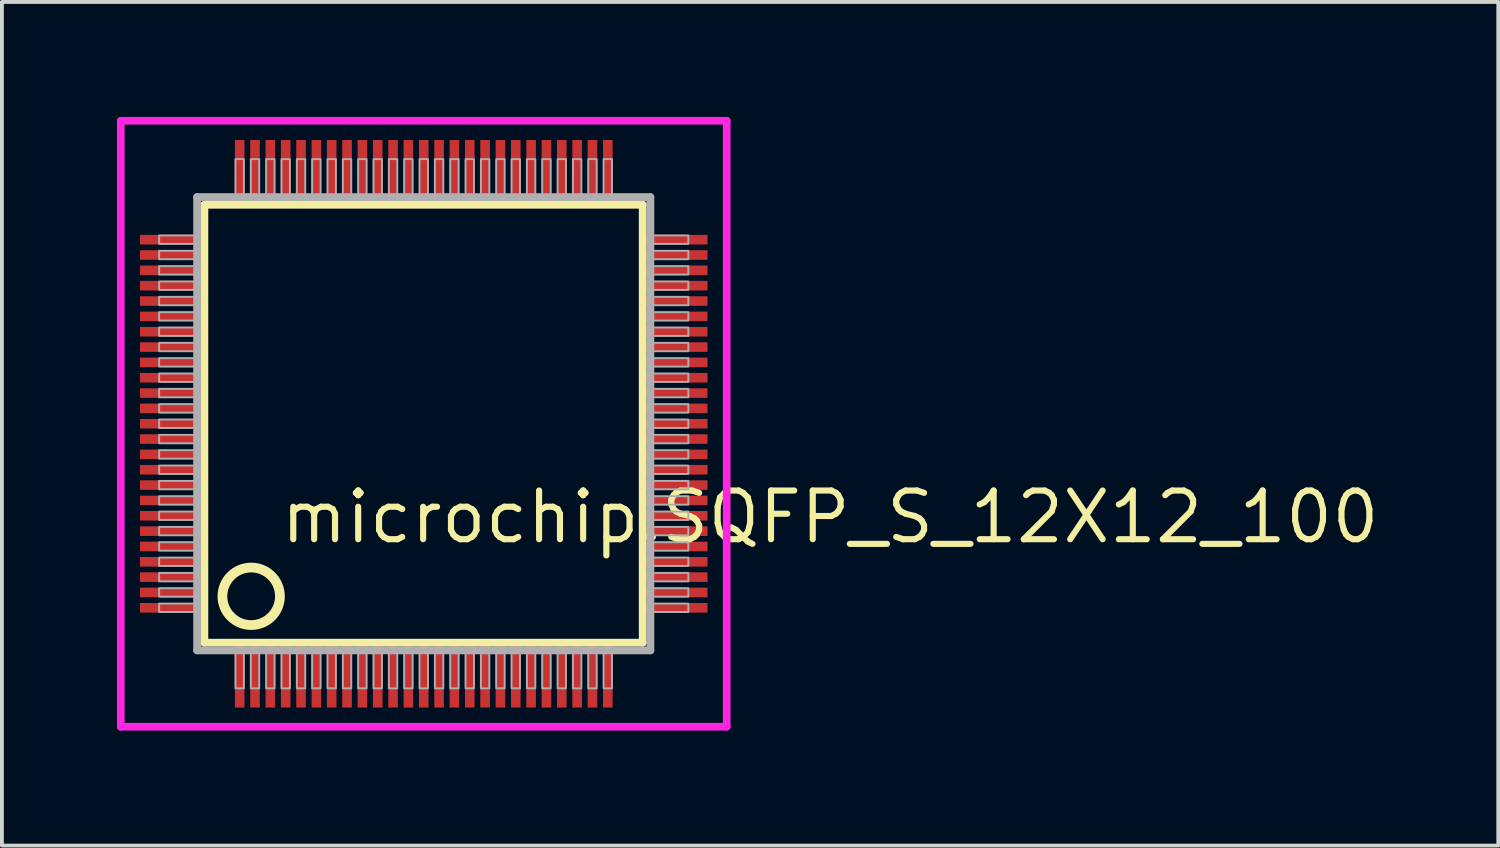
<source format=kicad_pcb>
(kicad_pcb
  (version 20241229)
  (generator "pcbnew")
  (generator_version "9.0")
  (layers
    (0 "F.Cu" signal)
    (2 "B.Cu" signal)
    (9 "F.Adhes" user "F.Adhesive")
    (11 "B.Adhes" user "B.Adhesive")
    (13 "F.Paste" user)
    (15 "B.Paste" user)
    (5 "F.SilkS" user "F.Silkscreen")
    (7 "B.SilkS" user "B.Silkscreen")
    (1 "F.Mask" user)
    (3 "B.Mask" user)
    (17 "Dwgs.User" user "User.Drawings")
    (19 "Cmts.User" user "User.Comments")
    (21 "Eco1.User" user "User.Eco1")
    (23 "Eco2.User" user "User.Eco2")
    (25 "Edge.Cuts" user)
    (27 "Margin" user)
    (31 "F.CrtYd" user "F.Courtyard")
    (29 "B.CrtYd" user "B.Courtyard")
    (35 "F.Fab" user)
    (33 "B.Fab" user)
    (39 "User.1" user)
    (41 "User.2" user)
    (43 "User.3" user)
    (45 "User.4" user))
  (footprint "microchip.SQFP_S_12X12_100"
    (layer "F.Cu")
    (at 8 8)
    (property "Reference" "microchip.SQFP_S_12X12_100" (at -3.81 3.175 0) (layer "F.SilkS") (effects (font (size 1.27 1.27) (thickness 0.16)) (justify left bottom)))
    (attr smd)
    (fp_line (start -5.72 -5.71) (end 5.71 -5.71) (stroke (width 0.203) (type default)) (layer "F.SilkS"))
    (fp_line (start -5.72 5.71) (end -5.72 -5.71) (stroke (width 0.203) (type default)) (layer "F.SilkS"))
    (fp_line (start 5.71 -5.71) (end 5.71 5.71) (stroke (width 0.203) (type default)) (layer "F.SilkS"))
    (fp_line (start 5.71 5.71) (end -5.72 5.71) (stroke (width 0.203) (type default)) (layer "F.SilkS"))
    (fp_circle (center -4.5 4.5) (end -3.75 4.5) (stroke (width 0.254) (type default)) (fill no) (layer "F.SilkS"))
    (fp_line (start -7.9 -7.9) (end 7.9 -7.9) (stroke (width 0.2) (type default)) (layer "F.CrtYd"))
    (fp_line (start -7.9 7.9) (end -7.9 -7.9) (stroke (width 0.2) (type default)) (layer "F.CrtYd"))
    (fp_line (start 7.9 -7.9) (end 7.9 7.9) (stroke (width 0.2) (type default)) (layer "F.CrtYd"))
    (fp_line (start 7.9 7.9) (end -7.9 7.9) (stroke (width 0.2) (type default)) (layer "F.CrtYd"))
    (fp_line (start -5.91 -5.91) (end -5.91 5.91) (stroke (width 0.203) (type default)) (layer "F.Fab"))
    (fp_line (start -5.91 5.91) (end 5.91 5.91) (stroke (width 0.203) (type default)) (layer "F.Fab"))
    (fp_line (start 5.91 -5.91) (end -5.91 -5.91) (stroke (width 0.203) (type default)) (layer "F.Fab"))
    (fp_line (start 5.91 5.91) (end 5.91 -5.91) (stroke (width 0.203) (type default)) (layer "F.Fab"))
    (fp_rect (start -6.9 -4.69) (end -5.95 -4.91) (stroke (width 0.05) (type default)) (fill no) (layer "F.Fab"))
    (fp_rect (start -6.9 -4.29) (end -5.95 -4.51) (stroke (width 0.05) (type default)) (fill no) (layer "F.Fab"))
    (fp_rect (start -6.9 -3.89) (end -5.95 -4.11) (stroke (width 0.05) (type default)) (fill no) (layer "F.Fab"))
    (fp_rect (start -6.9 -3.49) (end -5.95 -3.71) (stroke (width 0.05) (type default)) (fill no) (layer "F.Fab"))
    (fp_rect (start -6.9 -3.09) (end -5.95 -3.31) (stroke (width 0.05) (type default)) (fill no) (layer "F.Fab"))
    (fp_rect (start -6.9 -2.69) (end -5.95 -2.91) (stroke (width 0.05) (type default)) (fill no) (layer "F.Fab"))
    (fp_rect (start -6.9 -2.29) (end -5.95 -2.51) (stroke (width 0.05) (type default)) (fill no) (layer "F.Fab"))
    (fp_rect (start -6.9 -1.89) (end -5.95 -2.11) (stroke (width 0.05) (type default)) (fill no) (layer "F.Fab"))
    (fp_rect (start -6.9 -1.49) (end -5.95 -1.71) (stroke (width 0.05) (type default)) (fill no) (layer "F.Fab"))
    (fp_rect (start -6.9 -1.09) (end -5.95 -1.31) (stroke (width 0.05) (type default)) (fill no) (layer "F.Fab"))
    (fp_rect (start -6.9 -0.69) (end -5.95 -0.91) (stroke (width 0.05) (type default)) (fill no) (layer "F.Fab"))
    (fp_rect (start -6.9 -0.29) (end -5.95 -0.51) (stroke (width 0.05) (type default)) (fill no) (layer "F.Fab"))
    (fp_rect (start -6.9 0.11) (end -5.95 -0.11) (stroke (width 0.05) (type default)) (fill no) (layer "F.Fab"))
    (fp_rect (start -6.9 0.51) (end -5.95 0.29) (stroke (width 0.05) (type default)) (fill no) (layer "F.Fab"))
    (fp_rect (start -6.9 0.91) (end -5.95 0.69) (stroke (width 0.05) (type default)) (fill no) (layer "F.Fab"))
    (fp_rect (start -6.9 1.31) (end -5.95 1.09) (stroke (width 0.05) (type default)) (fill no) (layer "F.Fab"))
    (fp_rect (start -6.9 1.71) (end -5.95 1.49) (stroke (width 0.05) (type default)) (fill no) (layer "F.Fab"))
    (fp_rect (start -6.9 2.11) (end -5.95 1.89) (stroke (width 0.05) (type default)) (fill no) (layer "F.Fab"))
    (fp_rect (start -6.9 2.51) (end -5.95 2.29) (stroke (width 0.05) (type default)) (fill no) (layer "F.Fab"))
    (fp_rect (start -6.9 2.91) (end -5.95 2.69) (stroke (width 0.05) (type default)) (fill no) (layer "F.Fab"))
    (fp_rect (start -6.9 3.31) (end -5.95 3.09) (stroke (width 0.05) (type default)) (fill no) (layer "F.Fab"))
    (fp_rect (start -6.9 3.71) (end -5.95 3.49) (stroke (width 0.05) (type default)) (fill no) (layer "F.Fab"))
    (fp_rect (start -6.9 4.11) (end -5.95 3.89) (stroke (width 0.05) (type default)) (fill no) (layer "F.Fab"))
    (fp_rect (start -6.9 4.51) (end -5.95 4.29) (stroke (width 0.05) (type default)) (fill no) (layer "F.Fab"))
    (fp_rect (start -6.9 4.91) (end -5.95 4.69) (stroke (width 0.05) (type default)) (fill no) (layer "F.Fab"))
    (fp_rect (start -4.91 -5.95) (end -4.69 -6.9) (stroke (width 0.05) (type default)) (fill no) (layer "F.Fab"))
    (fp_rect (start -4.91 6.9) (end -4.69 5.95) (stroke (width 0.05) (type default)) (fill no) (layer "F.Fab"))
    (fp_rect (start -4.51 -5.95) (end -4.29 -6.9) (stroke (width 0.05) (type default)) (fill no) (layer "F.Fab"))
    (fp_rect (start -4.51 6.9) (end -4.29 5.95) (stroke (width 0.05) (type default)) (fill no) (layer "F.Fab"))
    (fp_rect (start -4.11 -5.95) (end -3.89 -6.9) (stroke (width 0.05) (type default)) (fill no) (layer "F.Fab"))
    (fp_rect (start -4.11 6.9) (end -3.89 5.95) (stroke (width 0.05) (type default)) (fill no) (layer "F.Fab"))
    (fp_rect (start -3.71 -5.95) (end -3.49 -6.9) (stroke (width 0.05) (type default)) (fill no) (layer "F.Fab"))
    (fp_rect (start -3.71 6.9) (end -3.49 5.95) (stroke (width 0.05) (type default)) (fill no) (layer "F.Fab"))
    (fp_rect (start -3.31 -5.95) (end -3.09 -6.9) (stroke (width 0.05) (type default)) (fill no) (layer "F.Fab"))
    (fp_rect (start -3.31 6.9) (end -3.09 5.95) (stroke (width 0.05) (type default)) (fill no) (layer "F.Fab"))
    (fp_rect (start -2.91 -5.95) (end -2.69 -6.9) (stroke (width 0.05) (type default)) (fill no) (layer "F.Fab"))
    (fp_rect (start -2.91 6.9) (end -2.69 5.95) (stroke (width 0.05) (type default)) (fill no) (layer "F.Fab"))
    (fp_rect (start -2.51 -5.95) (end -2.29 -6.9) (stroke (width 0.05) (type default)) (fill no) (layer "F.Fab"))
    (fp_rect (start -2.51 6.9) (end -2.29 5.95) (stroke (width 0.05) (type default)) (fill no) (layer "F.Fab"))
    (fp_rect (start -2.11 -5.95) (end -1.89 -6.9) (stroke (width 0.05) (type default)) (fill no) (layer "F.Fab"))
    (fp_rect (start -2.11 6.9) (end -1.89 5.95) (stroke (width 0.05) (type default)) (fill no) (layer "F.Fab"))
    (fp_rect (start -1.71 -5.95) (end -1.49 -6.9) (stroke (width 0.05) (type default)) (fill no) (layer "F.Fab"))
    (fp_rect (start -1.71 6.9) (end -1.49 5.95) (stroke (width 0.05) (type default)) (fill no) (layer "F.Fab"))
    (fp_rect (start -1.31 -5.95) (end -1.09 -6.9) (stroke (width 0.05) (type default)) (fill no) (layer "F.Fab"))
    (fp_rect (start -1.31 6.9) (end -1.09 5.95) (stroke (width 0.05) (type default)) (fill no) (layer "F.Fab"))
    (fp_rect (start -0.91 -5.95) (end -0.69 -6.9) (stroke (width 0.05) (type default)) (fill no) (layer "F.Fab"))
    (fp_rect (start -0.91 6.9) (end -0.69 5.95) (stroke (width 0.05) (type default)) (fill no) (layer "F.Fab"))
    (fp_rect (start -0.51 -5.95) (end -0.29 -6.9) (stroke (width 0.05) (type default)) (fill no) (layer "F.Fab"))
    (fp_rect (start -0.51 6.9) (end -0.29 5.95) (stroke (width 0.05) (type default)) (fill no) (layer "F.Fab"))
    (fp_rect (start -0.11 -5.95) (end 0.11 -6.9) (stroke (width 0.05) (type default)) (fill no) (layer "F.Fab"))
    (fp_rect (start -0.11 6.9) (end 0.11 5.95) (stroke (width 0.05) (type default)) (fill no) (layer "F.Fab"))
    (fp_rect (start 0.29 -5.95) (end 0.51 -6.9) (stroke (width 0.05) (type default)) (fill no) (layer "F.Fab"))
    (fp_rect (start 0.29 6.9) (end 0.51 5.95) (stroke (width 0.05) (type default)) (fill no) (layer "F.Fab"))
    (fp_rect (start 0.69 -5.95) (end 0.91 -6.9) (stroke (width 0.05) (type default)) (fill no) (layer "F.Fab"))
    (fp_rect (start 0.69 6.9) (end 0.91 5.95) (stroke (width 0.05) (type default)) (fill no) (layer "F.Fab"))
    (fp_rect (start 1.09 -5.95) (end 1.31 -6.9) (stroke (width 0.05) (type default)) (fill no) (layer "F.Fab"))
    (fp_rect (start 1.09 6.9) (end 1.31 5.95) (stroke (width 0.05) (type default)) (fill no) (layer "F.Fab"))
    (fp_rect (start 1.49 -5.95) (end 1.71 -6.9) (stroke (width 0.05) (type default)) (fill no) (layer "F.Fab"))
    (fp_rect (start 1.49 6.9) (end 1.71 5.95) (stroke (width 0.05) (type default)) (fill no) (layer "F.Fab"))
    (fp_rect (start 1.89 -5.95) (end 2.11 -6.9) (stroke (width 0.05) (type default)) (fill no) (layer "F.Fab"))
    (fp_rect (start 1.89 6.9) (end 2.11 5.95) (stroke (width 0.05) (type default)) (fill no) (layer "F.Fab"))
    (fp_rect (start 2.29 -5.95) (end 2.51 -6.9) (stroke (width 0.05) (type default)) (fill no) (layer "F.Fab"))
    (fp_rect (start 2.29 6.9) (end 2.51 5.95) (stroke (width 0.05) (type default)) (fill no) (layer "F.Fab"))
    (fp_rect (start 2.69 -5.95) (end 2.91 -6.9) (stroke (width 0.05) (type default)) (fill no) (layer "F.Fab"))
    (fp_rect (start 2.69 6.9) (end 2.91 5.95) (stroke (width 0.05) (type default)) (fill no) (layer "F.Fab"))
    (fp_rect (start 3.09 -5.95) (end 3.31 -6.9) (stroke (width 0.05) (type default)) (fill no) (layer "F.Fab"))
    (fp_rect (start 3.09 6.9) (end 3.31 5.95) (stroke (width 0.05) (type default)) (fill no) (layer "F.Fab"))
    (fp_rect (start 3.49 -5.95) (end 3.71 -6.9) (stroke (width 0.05) (type default)) (fill no) (layer "F.Fab"))
    (fp_rect (start 3.49 6.9) (end 3.71 5.95) (stroke (width 0.05) (type default)) (fill no) (layer "F.Fab"))
    (fp_rect (start 3.89 -5.95) (end 4.11 -6.9) (stroke (width 0.05) (type default)) (fill no) (layer "F.Fab"))
    (fp_rect (start 3.89 6.9) (end 4.11 5.95) (stroke (width 0.05) (type default)) (fill no) (layer "F.Fab"))
    (fp_rect (start 4.29 -5.95) (end 4.51 -6.9) (stroke (width 0.05) (type default)) (fill no) (layer "F.Fab"))
    (fp_rect (start 4.29 6.9) (end 4.51 5.95) (stroke (width 0.05) (type default)) (fill no) (layer "F.Fab"))
    (fp_rect (start 4.69 -5.95) (end 4.91 -6.9) (stroke (width 0.05) (type default)) (fill no) (layer "F.Fab"))
    (fp_rect (start 4.69 6.9) (end 4.91 5.95) (stroke (width 0.05) (type default)) (fill no) (layer "F.Fab"))
    (fp_rect (start 5.95 -4.69) (end 6.9 -4.91) (stroke (width 0.05) (type default)) (fill no) (layer "F.Fab"))
    (fp_rect (start 5.95 -4.29) (end 6.9 -4.51) (stroke (width 0.05) (type default)) (fill no) (layer "F.Fab"))
    (fp_rect (start 5.95 -3.89) (end 6.9 -4.11) (stroke (width 0.05) (type default)) (fill no) (layer "F.Fab"))
    (fp_rect (start 5.95 -3.49) (end 6.9 -3.71) (stroke (width 0.05) (type default)) (fill no) (layer "F.Fab"))
    (fp_rect (start 5.95 -3.09) (end 6.9 -3.31) (stroke (width 0.05) (type default)) (fill no) (layer "F.Fab"))
    (fp_rect (start 5.95 -2.69) (end 6.9 -2.91) (stroke (width 0.05) (type default)) (fill no) (layer "F.Fab"))
    (fp_rect (start 5.95 -2.29) (end 6.9 -2.51) (stroke (width 0.05) (type default)) (fill no) (layer "F.Fab"))
    (fp_rect (start 5.95 -1.89) (end 6.9 -2.11) (stroke (width 0.05) (type default)) (fill no) (layer "F.Fab"))
    (fp_rect (start 5.95 -1.49) (end 6.9 -1.71) (stroke (width 0.05) (type default)) (fill no) (layer "F.Fab"))
    (fp_rect (start 5.95 -1.09) (end 6.9 -1.31) (stroke (width 0.05) (type default)) (fill no) (layer "F.Fab"))
    (fp_rect (start 5.95 -0.69) (end 6.9 -0.91) (stroke (width 0.05) (type default)) (fill no) (layer "F.Fab"))
    (fp_rect (start 5.95 -0.29) (end 6.9 -0.51) (stroke (width 0.05) (type default)) (fill no) (layer "F.Fab"))
    (fp_rect (start 5.95 0.11) (end 6.9 -0.11) (stroke (width 0.05) (type default)) (fill no) (layer "F.Fab"))
    (fp_rect (start 5.95 0.51) (end 6.9 0.29) (stroke (width 0.05) (type default)) (fill no) (layer "F.Fab"))
    (fp_rect (start 5.95 0.91) (end 6.9 0.69) (stroke (width 0.05) (type default)) (fill no) (layer "F.Fab"))
    (fp_rect (start 5.95 1.31) (end 6.9 1.09) (stroke (width 0.05) (type default)) (fill no) (layer "F.Fab"))
    (fp_rect (start 5.95 1.71) (end 6.9 1.49) (stroke (width 0.05) (type default)) (fill no) (layer "F.Fab"))
    (fp_rect (start 5.95 2.11) (end 6.9 1.89) (stroke (width 0.05) (type default)) (fill no) (layer "F.Fab"))
    (fp_rect (start 5.95 2.51) (end 6.9 2.29) (stroke (width 0.05) (type default)) (fill no) (layer "F.Fab"))
    (fp_rect (start 5.95 2.91) (end 6.9 2.69) (stroke (width 0.05) (type default)) (fill no) (layer "F.Fab"))
    (fp_rect (start 5.95 3.31) (end 6.9 3.09) (stroke (width 0.05) (type default)) (fill no) (layer "F.Fab"))
    (fp_rect (start 5.95 3.71) (end 6.9 3.49) (stroke (width 0.05) (type default)) (fill no) (layer "F.Fab"))
    (fp_rect (start 5.95 4.11) (end 6.9 3.89) (stroke (width 0.05) (type default)) (fill no) (layer "F.Fab"))
    (fp_rect (start 5.95 4.51) (end 6.9 4.29) (stroke (width 0.05) (type default)) (fill no) (layer "F.Fab"))
    (fp_rect (start 5.95 4.91) (end 6.9 4.69) (stroke (width 0.05) (type default)) (fill no) (layer "F.Fab"))
    (pad "1" smd roundrect (at -4.8 6.6) (size 0.25 1.6) (layers "F.Cu" "F.Mask" "F.Paste") (roundrect_rratio 0.01))
    (pad "2" smd roundrect (at -4.4 6.6) (size 0.25 1.6) (layers "F.Cu" "F.Mask" "F.Paste") (roundrect_rratio 0.01))
    (pad "3" smd roundrect (at -4 6.6) (size 0.25 1.6) (layers "F.Cu" "F.Mask" "F.Paste") (roundrect_rratio 0.01))
    (pad "4" smd roundrect (at -3.6 6.6) (size 0.25 1.6) (layers "F.Cu" "F.Mask" "F.Paste") (roundrect_rratio 0.01))
    (pad "5" smd roundrect (at -3.2 6.6) (size 0.25 1.6) (layers "F.Cu" "F.Mask" "F.Paste") (roundrect_rratio 0.01))
    (pad "6" smd roundrect (at -2.8 6.6) (size 0.25 1.6) (layers "F.Cu" "F.Mask" "F.Paste") (roundrect_rratio 0.01))
    (pad "7" smd roundrect (at -2.4 6.6) (size 0.25 1.6) (layers "F.Cu" "F.Mask" "F.Paste") (roundrect_rratio 0.01))
    (pad "8" smd roundrect (at -2 6.6) (size 0.25 1.6) (layers "F.Cu" "F.Mask" "F.Paste") (roundrect_rratio 0.01))
    (pad "9" smd roundrect (at -1.6 6.6) (size 0.25 1.6) (layers "F.Cu" "F.Mask" "F.Paste") (roundrect_rratio 0.01))
    (pad "10" smd roundrect (at -1.2 6.6) (size 0.25 1.6) (layers "F.Cu" "F.Mask" "F.Paste") (roundrect_rratio 0.01))
    (pad "11" smd roundrect (at -0.8 6.6) (size 0.25 1.6) (layers "F.Cu" "F.Mask" "F.Paste") (roundrect_rratio 0.01))
    (pad "12" smd roundrect (at -0.4 6.6) (size 0.25 1.6) (layers "F.Cu" "F.Mask" "F.Paste") (roundrect_rratio 0.01))
    (pad "13" smd roundrect (at 0 6.6) (size 0.25 1.6) (layers "F.Cu" "F.Mask" "F.Paste") (roundrect_rratio 0.01))
    (pad "14" smd roundrect (at 0.4 6.6) (size 0.25 1.6) (layers "F.Cu" "F.Mask" "F.Paste") (roundrect_rratio 0.01))
    (pad "15" smd roundrect (at 0.8 6.6) (size 0.25 1.6) (layers "F.Cu" "F.Mask" "F.Paste") (roundrect_rratio 0.01))
    (pad "16" smd roundrect (at 1.2 6.6) (size 0.25 1.6) (layers "F.Cu" "F.Mask" "F.Paste") (roundrect_rratio 0.01))
    (pad "17" smd roundrect (at 1.6 6.6) (size 0.25 1.6) (layers "F.Cu" "F.Mask" "F.Paste") (roundrect_rratio 0.01))
    (pad "18" smd roundrect (at 2 6.6) (size 0.25 1.6) (layers "F.Cu" "F.Mask" "F.Paste") (roundrect_rratio 0.01))
    (pad "19" smd roundrect (at 2.4 6.6) (size 0.25 1.6) (layers "F.Cu" "F.Mask" "F.Paste") (roundrect_rratio 0.01))
    (pad "20" smd roundrect (at 2.8 6.6) (size 0.25 1.6) (layers "F.Cu" "F.Mask" "F.Paste") (roundrect_rratio 0.01))
    (pad "21" smd roundrect (at 3.2 6.6) (size 0.25 1.6) (layers "F.Cu" "F.Mask" "F.Paste") (roundrect_rratio 0.01))
    (pad "22" smd roundrect (at 3.6 6.6) (size 0.25 1.6) (layers "F.Cu" "F.Mask" "F.Paste") (roundrect_rratio 0.01))
    (pad "23" smd roundrect (at 4 6.6) (size 0.25 1.6) (layers "F.Cu" "F.Mask" "F.Paste") (roundrect_rratio 0.01))
    (pad "24" smd roundrect (at 4.4 6.6) (size 0.25 1.6) (layers "F.Cu" "F.Mask" "F.Paste") (roundrect_rratio 0.01))
    (pad "25" smd roundrect (at 4.8 6.6) (size 0.25 1.6) (layers "F.Cu" "F.Mask" "F.Paste") (roundrect_rratio 0.01))
    (pad "26" smd roundrect (at 6.6 4.8) (size 1.6 0.25) (layers "F.Cu" "F.Mask" "F.Paste") (roundrect_rratio 0.01))
    (pad "27" smd roundrect (at 6.6 4.4) (size 1.6 0.25) (layers "F.Cu" "F.Mask" "F.Paste") (roundrect_rratio 0.01))
    (pad "28" smd roundrect (at 6.6 4) (size 1.6 0.25) (layers "F.Cu" "F.Mask" "F.Paste") (roundrect_rratio 0.01))
    (pad "29" smd roundrect (at 6.6 3.6) (size 1.6 0.25) (layers "F.Cu" "F.Mask" "F.Paste") (roundrect_rratio 0.01))
    (pad "30" smd roundrect (at 6.6 3.2) (size 1.6 0.25) (layers "F.Cu" "F.Mask" "F.Paste") (roundrect_rratio 0.01))
    (pad "31" smd roundrect (at 6.6 2.8) (size 1.6 0.25) (layers "F.Cu" "F.Mask" "F.Paste") (roundrect_rratio 0.01))
    (pad "32" smd roundrect (at 6.6 2.4) (size 1.6 0.25) (layers "F.Cu" "F.Mask" "F.Paste") (roundrect_rratio 0.01))
    (pad "33" smd roundrect (at 6.6 2) (size 1.6 0.25) (layers "F.Cu" "F.Mask" "F.Paste") (roundrect_rratio 0.01))
    (pad "34" smd roundrect (at 6.6 1.6) (size 1.6 0.25) (layers "F.Cu" "F.Mask" "F.Paste") (roundrect_rratio 0.01))
    (pad "35" smd roundrect (at 6.6 1.2) (size 1.6 0.25) (layers "F.Cu" "F.Mask" "F.Paste") (roundrect_rratio 0.01))
    (pad "36" smd roundrect (at 6.6 0.8) (size 1.6 0.25) (layers "F.Cu" "F.Mask" "F.Paste") (roundrect_rratio 0.01))
    (pad "37" smd roundrect (at 6.6 0.4) (size 1.6 0.25) (layers "F.Cu" "F.Mask" "F.Paste") (roundrect_rratio 0.01))
    (pad "38" smd roundrect (at 6.6 0) (size 1.6 0.25) (layers "F.Cu" "F.Mask" "F.Paste") (roundrect_rratio 0.01))
    (pad "39" smd roundrect (at 6.6 -0.4) (size 1.6 0.25) (layers "F.Cu" "F.Mask" "F.Paste") (roundrect_rratio 0.01))
    (pad "40" smd roundrect (at 6.6 -0.8) (size 1.6 0.25) (layers "F.Cu" "F.Mask" "F.Paste") (roundrect_rratio 0.01))
    (pad "41" smd roundrect (at 6.6 -1.2) (size 1.6 0.25) (layers "F.Cu" "F.Mask" "F.Paste") (roundrect_rratio 0.01))
    (pad "42" smd roundrect (at 6.6 -1.6) (size 1.6 0.25) (layers "F.Cu" "F.Mask" "F.Paste") (roundrect_rratio 0.01))
    (pad "43" smd roundrect (at 6.6 -2) (size 1.6 0.25) (layers "F.Cu" "F.Mask" "F.Paste") (roundrect_rratio 0.01))
    (pad "44" smd roundrect (at 6.6 -2.4) (size 1.6 0.25) (layers "F.Cu" "F.Mask" "F.Paste") (roundrect_rratio 0.01))
    (pad "45" smd roundrect (at 6.6 -2.8) (size 1.6 0.25) (layers "F.Cu" "F.Mask" "F.Paste") (roundrect_rratio 0.01))
    (pad "46" smd roundrect (at 6.6 -3.2) (size 1.6 0.25) (layers "F.Cu" "F.Mask" "F.Paste") (roundrect_rratio 0.01))
    (pad "47" smd roundrect (at 6.6 -3.6) (size 1.6 0.25) (layers "F.Cu" "F.Mask" "F.Paste") (roundrect_rratio 0.01))
    (pad "48" smd roundrect (at 6.6 -4) (size 1.6 0.25) (layers "F.Cu" "F.Mask" "F.Paste") (roundrect_rratio 0.01))
    (pad "49" smd roundrect (at 6.6 -4.4) (size 1.6 0.25) (layers "F.Cu" "F.Mask" "F.Paste") (roundrect_rratio 0.01))
    (pad "50" smd roundrect (at 6.6 -4.8) (size 1.6 0.25) (layers "F.Cu" "F.Mask" "F.Paste") (roundrect_rratio 0.01))
    (pad "51" smd roundrect (at 4.8 -6.6) (size 0.25 1.6) (layers "F.Cu" "F.Mask" "F.Paste") (roundrect_rratio 0.01))
    (pad "52" smd roundrect (at 4.4 -6.6) (size 0.25 1.6) (layers "F.Cu" "F.Mask" "F.Paste") (roundrect_rratio 0.01))
    (pad "53" smd roundrect (at 4 -6.6) (size 0.25 1.6) (layers "F.Cu" "F.Mask" "F.Paste") (roundrect_rratio 0.01))
    (pad "54" smd roundrect (at 3.6 -6.6) (size 0.25 1.6) (layers "F.Cu" "F.Mask" "F.Paste") (roundrect_rratio 0.01))
    (pad "55" smd roundrect (at 3.2 -6.6) (size 0.25 1.6) (layers "F.Cu" "F.Mask" "F.Paste") (roundrect_rratio 0.01))
    (pad "56" smd roundrect (at 2.8 -6.6) (size 0.25 1.6) (layers "F.Cu" "F.Mask" "F.Paste") (roundrect_rratio 0.01))
    (pad "57" smd roundrect (at 2.4 -6.6) (size 0.25 1.6) (layers "F.Cu" "F.Mask" "F.Paste") (roundrect_rratio 0.01))
    (pad "58" smd roundrect (at 2 -6.6) (size 0.25 1.6) (layers "F.Cu" "F.Mask" "F.Paste") (roundrect_rratio 0.01))
    (pad "59" smd roundrect (at 1.6 -6.6) (size 0.25 1.6) (layers "F.Cu" "F.Mask" "F.Paste") (roundrect_rratio 0.01))
    (pad "60" smd roundrect (at 1.2 -6.6) (size 0.25 1.6) (layers "F.Cu" "F.Mask" "F.Paste") (roundrect_rratio 0.01))
    (pad "61" smd roundrect (at 0.8 -6.6) (size 0.25 1.6) (layers "F.Cu" "F.Mask" "F.Paste") (roundrect_rratio 0.01))
    (pad "62" smd roundrect (at 0.4 -6.6) (size 0.25 1.6) (layers "F.Cu" "F.Mask" "F.Paste") (roundrect_rratio 0.01))
    (pad "63" smd roundrect (at 0 -6.6) (size 0.25 1.6) (layers "F.Cu" "F.Mask" "F.Paste") (roundrect_rratio 0.01))
    (pad "64" smd roundrect (at -0.4 -6.6) (size 0.25 1.6) (layers "F.Cu" "F.Mask" "F.Paste") (roundrect_rratio 0.01))
    (pad "65" smd roundrect (at -0.8 -6.6) (size 0.25 1.6) (layers "F.Cu" "F.Mask" "F.Paste") (roundrect_rratio 0.01))
    (pad "66" smd roundrect (at -1.2 -6.6) (size 0.25 1.6) (layers "F.Cu" "F.Mask" "F.Paste") (roundrect_rratio 0.01))
    (pad "67" smd roundrect (at -1.6 -6.6) (size 0.25 1.6) (layers "F.Cu" "F.Mask" "F.Paste") (roundrect_rratio 0.01))
    (pad "68" smd roundrect (at -2 -6.6) (size 0.25 1.6) (layers "F.Cu" "F.Mask" "F.Paste") (roundrect_rratio 0.01))
    (pad "69" smd roundrect (at -2.4 -6.6) (size 0.25 1.6) (layers "F.Cu" "F.Mask" "F.Paste") (roundrect_rratio 0.01))
    (pad "70" smd roundrect (at -2.8 -6.6) (size 0.25 1.6) (layers "F.Cu" "F.Mask" "F.Paste") (roundrect_rratio 0.01))
    (pad "71" smd roundrect (at -3.2 -6.6) (size 0.25 1.6) (layers "F.Cu" "F.Mask" "F.Paste") (roundrect_rratio 0.01))
    (pad "72" smd roundrect (at -3.6 -6.6) (size 0.25 1.6) (layers "F.Cu" "F.Mask" "F.Paste") (roundrect_rratio 0.01))
    (pad "73" smd roundrect (at -4 -6.6) (size 0.25 1.6) (layers "F.Cu" "F.Mask" "F.Paste") (roundrect_rratio 0.01))
    (pad "74" smd roundrect (at -4.4 -6.6) (size 0.25 1.6) (layers "F.Cu" "F.Mask" "F.Paste") (roundrect_rratio 0.01))
    (pad "75" smd roundrect (at -4.8 -6.6) (size 0.25 1.6) (layers "F.Cu" "F.Mask" "F.Paste") (roundrect_rratio 0.01))
    (pad "76" smd roundrect (at -6.6 -4.8) (size 1.6 0.25) (layers "F.Cu" "F.Mask" "F.Paste") (roundrect_rratio 0.01))
    (pad "77" smd roundrect (at -6.6 -4.4) (size 1.6 0.25) (layers "F.Cu" "F.Mask" "F.Paste") (roundrect_rratio 0.01))
    (pad "78" smd roundrect (at -6.6 -4) (size 1.6 0.25) (layers "F.Cu" "F.Mask" "F.Paste") (roundrect_rratio 0.01))
    (pad "79" smd roundrect (at -6.6 -3.6) (size 1.6 0.25) (layers "F.Cu" "F.Mask" "F.Paste") (roundrect_rratio 0.01))
    (pad "80" smd roundrect (at -6.6 -3.2) (size 1.6 0.25) (layers "F.Cu" "F.Mask" "F.Paste") (roundrect_rratio 0.01))
    (pad "81" smd roundrect (at -6.6 -2.8) (size 1.6 0.25) (layers "F.Cu" "F.Mask" "F.Paste") (roundrect_rratio 0.01))
    (pad "82" smd roundrect (at -6.6 -2.4) (size 1.6 0.25) (layers "F.Cu" "F.Mask" "F.Paste") (roundrect_rratio 0.01))
    (pad "83" smd roundrect (at -6.6 -2) (size 1.6 0.25) (layers "F.Cu" "F.Mask" "F.Paste") (roundrect_rratio 0.01))
    (pad "84" smd roundrect (at -6.6 -1.6) (size 1.6 0.25) (layers "F.Cu" "F.Mask" "F.Paste") (roundrect_rratio 0.01))
    (pad "85" smd roundrect (at -6.6 -1.2) (size 1.6 0.25) (layers "F.Cu" "F.Mask" "F.Paste") (roundrect_rratio 0.01))
    (pad "86" smd roundrect (at -6.6 -0.8) (size 1.6 0.25) (layers "F.Cu" "F.Mask" "F.Paste") (roundrect_rratio 0.01))
    (pad "87" smd roundrect (at -6.6 -0.4) (size 1.6 0.25) (layers "F.Cu" "F.Mask" "F.Paste") (roundrect_rratio 0.01))
    (pad "88" smd roundrect (at -6.6 0) (size 1.6 0.25) (layers "F.Cu" "F.Mask" "F.Paste") (roundrect_rratio 0.01))
    (pad "89" smd roundrect (at -6.6 0.4) (size 1.6 0.25) (layers "F.Cu" "F.Mask" "F.Paste") (roundrect_rratio 0.01))
    (pad "90" smd roundrect (at -6.6 0.8) (size 1.6 0.25) (layers "F.Cu" "F.Mask" "F.Paste") (roundrect_rratio 0.01))
    (pad "91" smd roundrect (at -6.6 1.2) (size 1.6 0.25) (layers "F.Cu" "F.Mask" "F.Paste") (roundrect_rratio 0.01))
    (pad "92" smd roundrect (at -6.6 1.6) (size 1.6 0.25) (layers "F.Cu" "F.Mask" "F.Paste") (roundrect_rratio 0.01))
    (pad "93" smd roundrect (at -6.6 2) (size 1.6 0.25) (layers "F.Cu" "F.Mask" "F.Paste") (roundrect_rratio 0.01))
    (pad "94" smd roundrect (at -6.6 2.4) (size 1.6 0.25) (layers "F.Cu" "F.Mask" "F.Paste") (roundrect_rratio 0.01))
    (pad "95" smd roundrect (at -6.6 2.8) (size 1.6 0.25) (layers "F.Cu" "F.Mask" "F.Paste") (roundrect_rratio 0.01))
    (pad "96" smd roundrect (at -6.6 3.2) (size 1.6 0.25) (layers "F.Cu" "F.Mask" "F.Paste") (roundrect_rratio 0.01))
    (pad "97" smd roundrect (at -6.6 3.6) (size 1.6 0.25) (layers "F.Cu" "F.Mask" "F.Paste") (roundrect_rratio 0.01))
    (pad "98" smd roundrect (at -6.6 4) (size 1.6 0.25) (layers "F.Cu" "F.Mask" "F.Paste") (roundrect_rratio 0.01))
    (pad "99" smd roundrect (at -6.6 4.4) (size 1.6 0.25) (layers "F.Cu" "F.Mask" "F.Paste") (roundrect_rratio 0.01))
    (pad "100" smd roundrect (at -6.6 4.8) (size 1.6 0.25) (layers "F.Cu" "F.Mask" "F.Paste") (roundrect_rratio 0.01)))
  (gr_rect
    (start -3 -3)
    (end 36.021 19)
    (stroke (width 0.1) (type default))
    (fill no)
    (layer "Edge.Cuts")))
</source>
